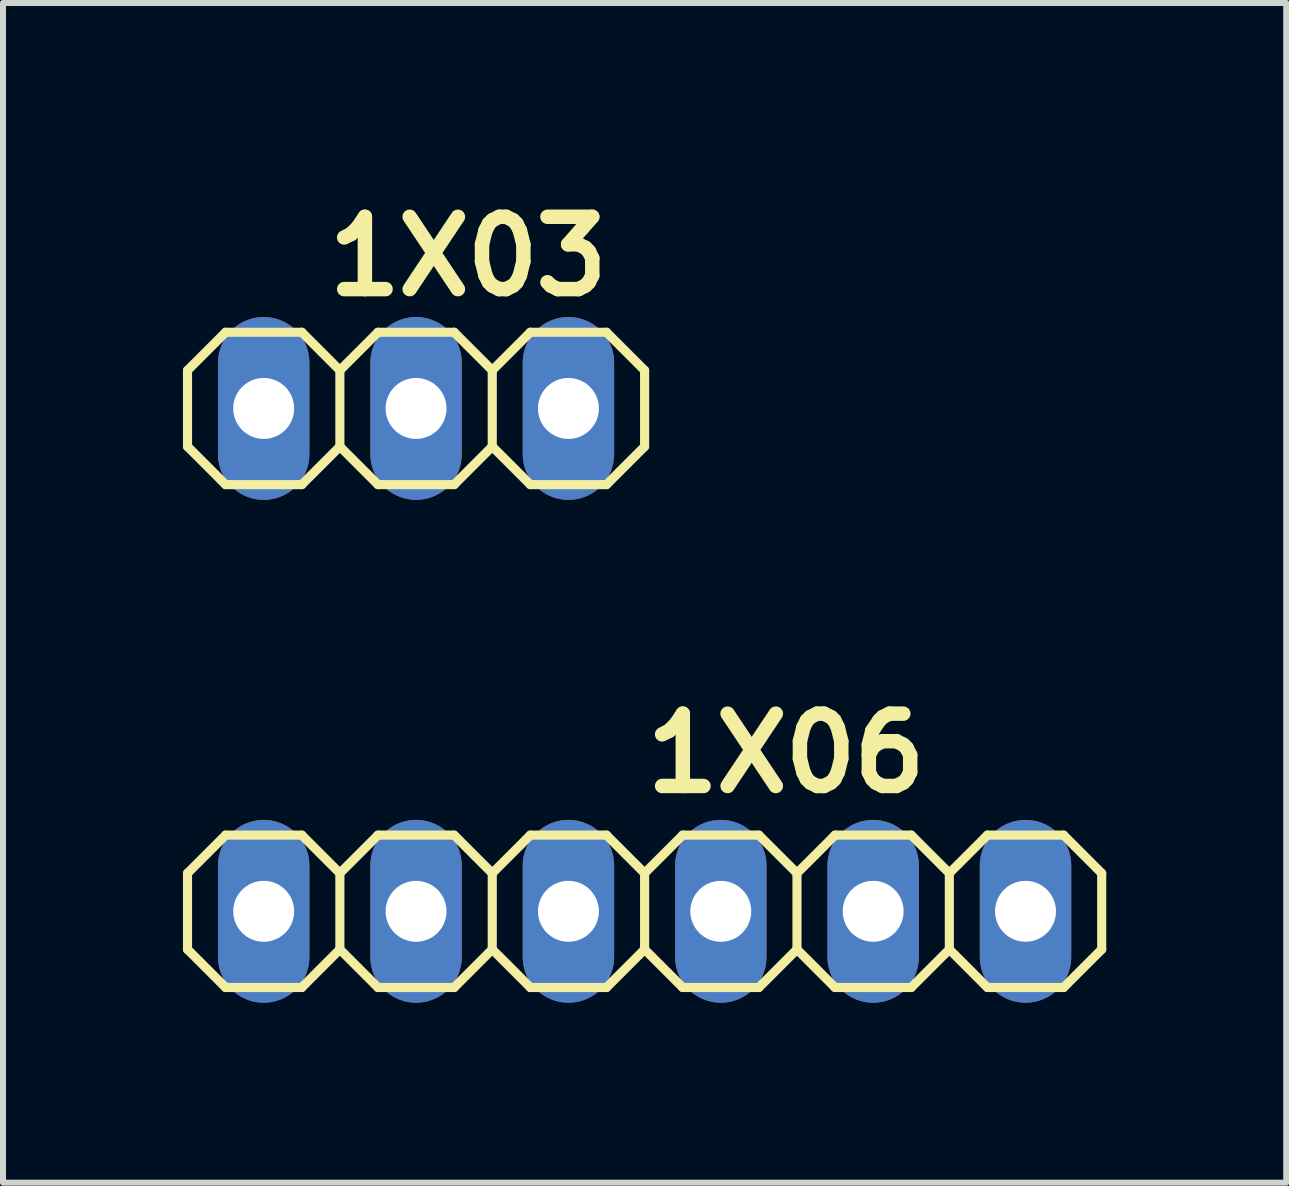
<source format=kicad_pcb>
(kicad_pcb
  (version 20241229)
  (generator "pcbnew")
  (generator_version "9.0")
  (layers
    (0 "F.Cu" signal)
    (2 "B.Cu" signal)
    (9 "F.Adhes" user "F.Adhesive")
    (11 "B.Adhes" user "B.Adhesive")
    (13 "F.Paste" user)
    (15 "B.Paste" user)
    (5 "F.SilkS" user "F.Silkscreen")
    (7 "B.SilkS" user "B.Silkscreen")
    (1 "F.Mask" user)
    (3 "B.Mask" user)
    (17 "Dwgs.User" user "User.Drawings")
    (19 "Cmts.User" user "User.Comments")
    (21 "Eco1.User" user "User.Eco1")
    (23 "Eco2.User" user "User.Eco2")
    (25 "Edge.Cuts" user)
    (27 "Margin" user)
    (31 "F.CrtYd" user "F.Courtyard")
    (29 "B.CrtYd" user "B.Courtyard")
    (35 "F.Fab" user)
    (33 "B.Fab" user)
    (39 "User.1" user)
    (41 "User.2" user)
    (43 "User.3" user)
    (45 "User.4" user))
  (footprint "1X06"
    (layer "F.Cu")
    (at 7.696 12.142)
    (property "Reference" "1X06" (at -0.096 -1.929 0) (layer "F.SilkS") (effects (font (size 1.206 1.206) (thickness 0.241)) (justify left bottom)))
    (attr through_hole)
    (fp_line (start -7.62 -0.635) (end -7.62 0.635) (stroke (width 0.152) (type solid)) (layer "F.SilkS"))
    (fp_line (start -7.62 0.635) (end -6.985 1.27) (stroke (width 0.152) (type solid)) (layer "F.SilkS"))
    (fp_line (start -6.985 -1.27) (end -7.62 -0.635) (stroke (width 0.152) (type solid)) (layer "F.SilkS"))
    (fp_line (start -6.985 -1.27) (end -5.715 -1.27) (stroke (width 0.152) (type solid)) (layer "F.SilkS"))
    (fp_line (start -5.715 -1.27) (end -5.08 -0.635) (stroke (width 0.152) (type solid)) (layer "F.SilkS"))
    (fp_line (start -5.715 1.27) (end -6.985 1.27) (stroke (width 0.152) (type solid)) (layer "F.SilkS"))
    (fp_line (start -5.08 -0.635) (end -5.08 0.635) (stroke (width 0.152) (type solid)) (layer "F.SilkS"))
    (fp_line (start -5.08 -0.635) (end -4.445 -1.27) (stroke (width 0.152) (type solid)) (layer "F.SilkS"))
    (fp_line (start -5.08 0.635) (end -5.715 1.27) (stroke (width 0.152) (type solid)) (layer "F.SilkS"))
    (fp_line (start -4.445 -1.27) (end -3.175 -1.27) (stroke (width 0.152) (type solid)) (layer "F.SilkS"))
    (fp_line (start -4.445 1.27) (end -5.08 0.635) (stroke (width 0.152) (type solid)) (layer "F.SilkS"))
    (fp_line (start -3.175 -1.27) (end -2.54 -0.635) (stroke (width 0.152) (type solid)) (layer "F.SilkS"))
    (fp_line (start -3.175 1.27) (end -4.445 1.27) (stroke (width 0.152) (type solid)) (layer "F.SilkS"))
    (fp_line (start -2.54 -0.635) (end -2.54 0.635) (stroke (width 0.152) (type solid)) (layer "F.SilkS"))
    (fp_line (start -2.54 -0.635) (end -1.905 -1.27) (stroke (width 0.152) (type solid)) (layer "F.SilkS"))
    (fp_line (start -2.54 0.635) (end -3.175 1.27) (stroke (width 0.152) (type solid)) (layer "F.SilkS"))
    (fp_line (start -1.905 -1.27) (end -0.635 -1.27) (stroke (width 0.152) (type solid)) (layer "F.SilkS"))
    (fp_line (start -1.905 1.27) (end -2.54 0.635) (stroke (width 0.152) (type solid)) (layer "F.SilkS"))
    (fp_line (start -0.635 -1.27) (end 0 -0.635) (stroke (width 0.152) (type solid)) (layer "F.SilkS"))
    (fp_line (start -0.635 1.27) (end -1.905 1.27) (stroke (width 0.152) (type solid)) (layer "F.SilkS"))
    (fp_line (start 0 -0.635) (end 0 0.635) (stroke (width 0.152) (type solid)) (layer "F.SilkS"))
    (fp_line (start 0 0.635) (end -0.635 1.27) (stroke (width 0.152) (type solid)) (layer "F.SilkS"))
    (fp_line (start 0 0.635) (end 0.635 1.27) (stroke (width 0.152) (type solid)) (layer "F.SilkS"))
    (fp_line (start 0.635 -1.27) (end 0 -0.635) (stroke (width 0.152) (type solid)) (layer "F.SilkS"))
    (fp_line (start 0.635 -1.27) (end 1.905 -1.27) (stroke (width 0.152) (type solid)) (layer "F.SilkS"))
    (fp_line (start 1.905 -1.27) (end 2.54 -0.635) (stroke (width 0.152) (type solid)) (layer "F.SilkS"))
    (fp_line (start 1.905 1.27) (end 0.635 1.27) (stroke (width 0.152) (type solid)) (layer "F.SilkS"))
    (fp_line (start 2.54 -0.635) (end 2.54 0.635) (stroke (width 0.152) (type solid)) (layer "F.SilkS"))
    (fp_line (start 2.54 -0.635) (end 3.175 -1.27) (stroke (width 0.152) (type solid)) (layer "F.SilkS"))
    (fp_line (start 2.54 0.635) (end 1.905 1.27) (stroke (width 0.152) (type solid)) (layer "F.SilkS"))
    (fp_line (start 3.175 -1.27) (end 4.445 -1.27) (stroke (width 0.152) (type solid)) (layer "F.SilkS"))
    (fp_line (start 3.175 1.27) (end 2.54 0.635) (stroke (width 0.152) (type solid)) (layer "F.SilkS"))
    (fp_line (start 4.445 -1.27) (end 5.08 -0.635) (stroke (width 0.152) (type solid)) (layer "F.SilkS"))
    (fp_line (start 4.445 1.27) (end 3.175 1.27) (stroke (width 0.152) (type solid)) (layer "F.SilkS"))
    (fp_line (start 5.08 -0.635) (end 5.08 0.635) (stroke (width 0.152) (type solid)) (layer "F.SilkS"))
    (fp_line (start 5.08 0.635) (end 4.445 1.27) (stroke (width 0.152) (type solid)) (layer "F.SilkS"))
    (fp_line (start 5.08 0.635) (end 5.715 1.27) (stroke (width 0.152) (type solid)) (layer "F.SilkS"))
    (fp_line (start 5.715 -1.27) (end 5.08 -0.635) (stroke (width 0.152) (type solid)) (layer "F.SilkS"))
    (fp_line (start 5.715 -1.27) (end 6.985 -1.27) (stroke (width 0.152) (type solid)) (layer "F.SilkS"))
    (fp_line (start 6.985 -1.27) (end 7.62 -0.635) (stroke (width 0.152) (type solid)) (layer "F.SilkS"))
    (fp_line (start 6.985 1.27) (end 5.715 1.27) (stroke (width 0.152) (type solid)) (layer "F.SilkS"))
    (fp_line (start 7.62 -0.635) (end 7.62 0.635) (stroke (width 0.152) (type solid)) (layer "F.SilkS"))
    (fp_line (start 7.62 0.635) (end 6.985 1.27) (stroke (width 0.152) (type solid)) (layer "F.SilkS"))
    (fp_poly (pts (xy -6.604 0.254) (xy -6.096 0.254) (xy -6.096 -0.254) (xy -6.604 -0.254)) (stroke (width 0.1) (type solid)) (fill no) (layer "F.Fab"))
    (fp_poly (pts (xy -4.064 0.254) (xy -3.556 0.254) (xy -3.556 -0.254) (xy -4.064 -0.254)) (stroke (width 0.1) (type solid)) (fill no) (layer "F.Fab"))
    (fp_poly (pts (xy -1.524 0.254) (xy -1.016 0.254) (xy -1.016 -0.254) (xy -1.524 -0.254)) (stroke (width 0.1) (type solid)) (fill no) (layer "F.Fab"))
    (fp_poly (pts (xy 1.016 0.254) (xy 1.524 0.254) (xy 1.524 -0.254) (xy 1.016 -0.254)) (stroke (width 0.1) (type solid)) (fill no) (layer "F.Fab"))
    (fp_poly (pts (xy 3.556 0.254) (xy 4.064 0.254) (xy 4.064 -0.254) (xy 3.556 -0.254)) (stroke (width 0.1) (type solid)) (fill no) (layer "F.Fab"))
    (fp_poly (pts (xy 6.096 0.254) (xy 6.604 0.254) (xy 6.604 -0.254) (xy 6.096 -0.254)) (stroke (width 0.1) (type solid)) (fill no) (layer "F.Fab"))
    (pad "1" thru_hole oval (at -6.35 0 90) (size 3.048 1.524) (drill 1.016) (layers "*.Cu" "*.Mask"))
    (pad "2" thru_hole oval (at -3.81 0 90) (size 3.048 1.524) (drill 1.016) (layers "*.Cu" "*.Mask"))
    (pad "3" thru_hole oval (at -1.27 0 90) (size 3.048 1.524) (drill 1.016) (layers "*.Cu" "*.Mask"))
    (pad "4" thru_hole oval (at 1.27 0 90) (size 3.048 1.524) (drill 1.016) (layers "*.Cu" "*.Mask"))
    (pad "5" thru_hole oval (at 3.81 0 90) (size 3.048 1.524) (drill 1.016) (layers "*.Cu" "*.Mask"))
    (pad "6" thru_hole oval (at 6.35 0 90) (size 3.048 1.524) (drill 1.016) (layers "*.Cu" "*.Mask")))
  (footprint "1X03"
    (layer "F.Cu")
    (at 3.886 3.759)
    (property "Reference" "1X03" (at -1.586 -1.829 180) (layer "F.SilkS") (effects (font (size 1.206 1.206) (thickness 0.241)) (justify left bottom)))
    (attr through_hole)
    (fp_line (start -3.81 -0.635) (end -3.81 0.635) (stroke (width 0.152) (type solid)) (layer "F.SilkS"))
    (fp_line (start -3.81 0.635) (end -3.175 1.27) (stroke (width 0.152) (type solid)) (layer "F.SilkS"))
    (fp_line (start -3.175 -1.27) (end -3.81 -0.635) (stroke (width 0.152) (type solid)) (layer "F.SilkS"))
    (fp_line (start -3.175 -1.27) (end -1.905 -1.27) (stroke (width 0.152) (type solid)) (layer "F.SilkS"))
    (fp_line (start -1.905 -1.27) (end -1.27 -0.635) (stroke (width 0.152) (type solid)) (layer "F.SilkS"))
    (fp_line (start -1.905 1.27) (end -3.175 1.27) (stroke (width 0.152) (type solid)) (layer "F.SilkS"))
    (fp_line (start -1.27 -0.635) (end -1.27 0.635) (stroke (width 0.152) (type solid)) (layer "F.SilkS"))
    (fp_line (start -1.27 -0.635) (end -0.635 -1.27) (stroke (width 0.152) (type solid)) (layer "F.SilkS"))
    (fp_line (start -1.27 0.635) (end -1.905 1.27) (stroke (width 0.152) (type solid)) (layer "F.SilkS"))
    (fp_line (start -0.635 -1.27) (end 0.635 -1.27) (stroke (width 0.152) (type solid)) (layer "F.SilkS"))
    (fp_line (start -0.635 1.27) (end -1.27 0.635) (stroke (width 0.152) (type solid)) (layer "F.SilkS"))
    (fp_line (start 0.635 -1.27) (end 1.27 -0.635) (stroke (width 0.152) (type solid)) (layer "F.SilkS"))
    (fp_line (start 0.635 1.27) (end -0.635 1.27) (stroke (width 0.152) (type solid)) (layer "F.SilkS"))
    (fp_line (start 1.27 -0.635) (end 1.27 0.635) (stroke (width 0.152) (type solid)) (layer "F.SilkS"))
    (fp_line (start 1.27 -0.635) (end 1.905 -1.27) (stroke (width 0.152) (type solid)) (layer "F.SilkS"))
    (fp_line (start 1.27 0.635) (end 0.635 1.27) (stroke (width 0.152) (type solid)) (layer "F.SilkS"))
    (fp_line (start 1.905 -1.27) (end 3.175 -1.27) (stroke (width 0.152) (type solid)) (layer "F.SilkS"))
    (fp_line (start 1.905 1.27) (end 1.27 0.635) (stroke (width 0.152) (type solid)) (layer "F.SilkS"))
    (fp_line (start 3.175 -1.27) (end 3.81 -0.635) (stroke (width 0.152) (type solid)) (layer "F.SilkS"))
    (fp_line (start 3.175 1.27) (end 1.905 1.27) (stroke (width 0.152) (type solid)) (layer "F.SilkS"))
    (fp_line (start 3.81 -0.635) (end 3.81 0.635) (stroke (width 0.152) (type solid)) (layer "F.SilkS"))
    (fp_line (start 3.81 0.635) (end 3.175 1.27) (stroke (width 0.152) (type solid)) (layer "F.SilkS"))
    (fp_poly (pts (xy -2.794 0.254) (xy -2.286 0.254) (xy -2.286 -0.254) (xy -2.794 -0.254)) (stroke (width 0.1) (type solid)) (fill no) (layer "F.Fab"))
    (fp_poly (pts (xy -0.254 0.254) (xy 0.254 0.254) (xy 0.254 -0.254) (xy -0.254 -0.254)) (stroke (width 0.1) (type solid)) (fill no) (layer "F.Fab"))
    (fp_poly (pts (xy 2.286 0.254) (xy 2.794 0.254) (xy 2.794 -0.254) (xy 2.286 -0.254)) (stroke (width 0.1) (type solid)) (fill no) (layer "F.Fab"))
    (pad "1" thru_hole oval (at -2.54 0 90) (size 3.048 1.524) (drill 1.016) (layers "*.Cu" "*.Mask"))
    (pad "2" thru_hole oval (at 0 0 90) (size 3.048 1.524) (drill 1.016) (layers "*.Cu" "*.Mask"))
    (pad "3" thru_hole oval (at 2.54 0 90) (size 3.048 1.524) (drill 1.016) (layers "*.Cu" "*.Mask")))
  (gr_rect
    (start -3 -3)
    (end 18.392 16.666)
    (stroke (width 0.1) (type default))
    (fill no)
    (layer "Edge.Cuts")))
</source>
